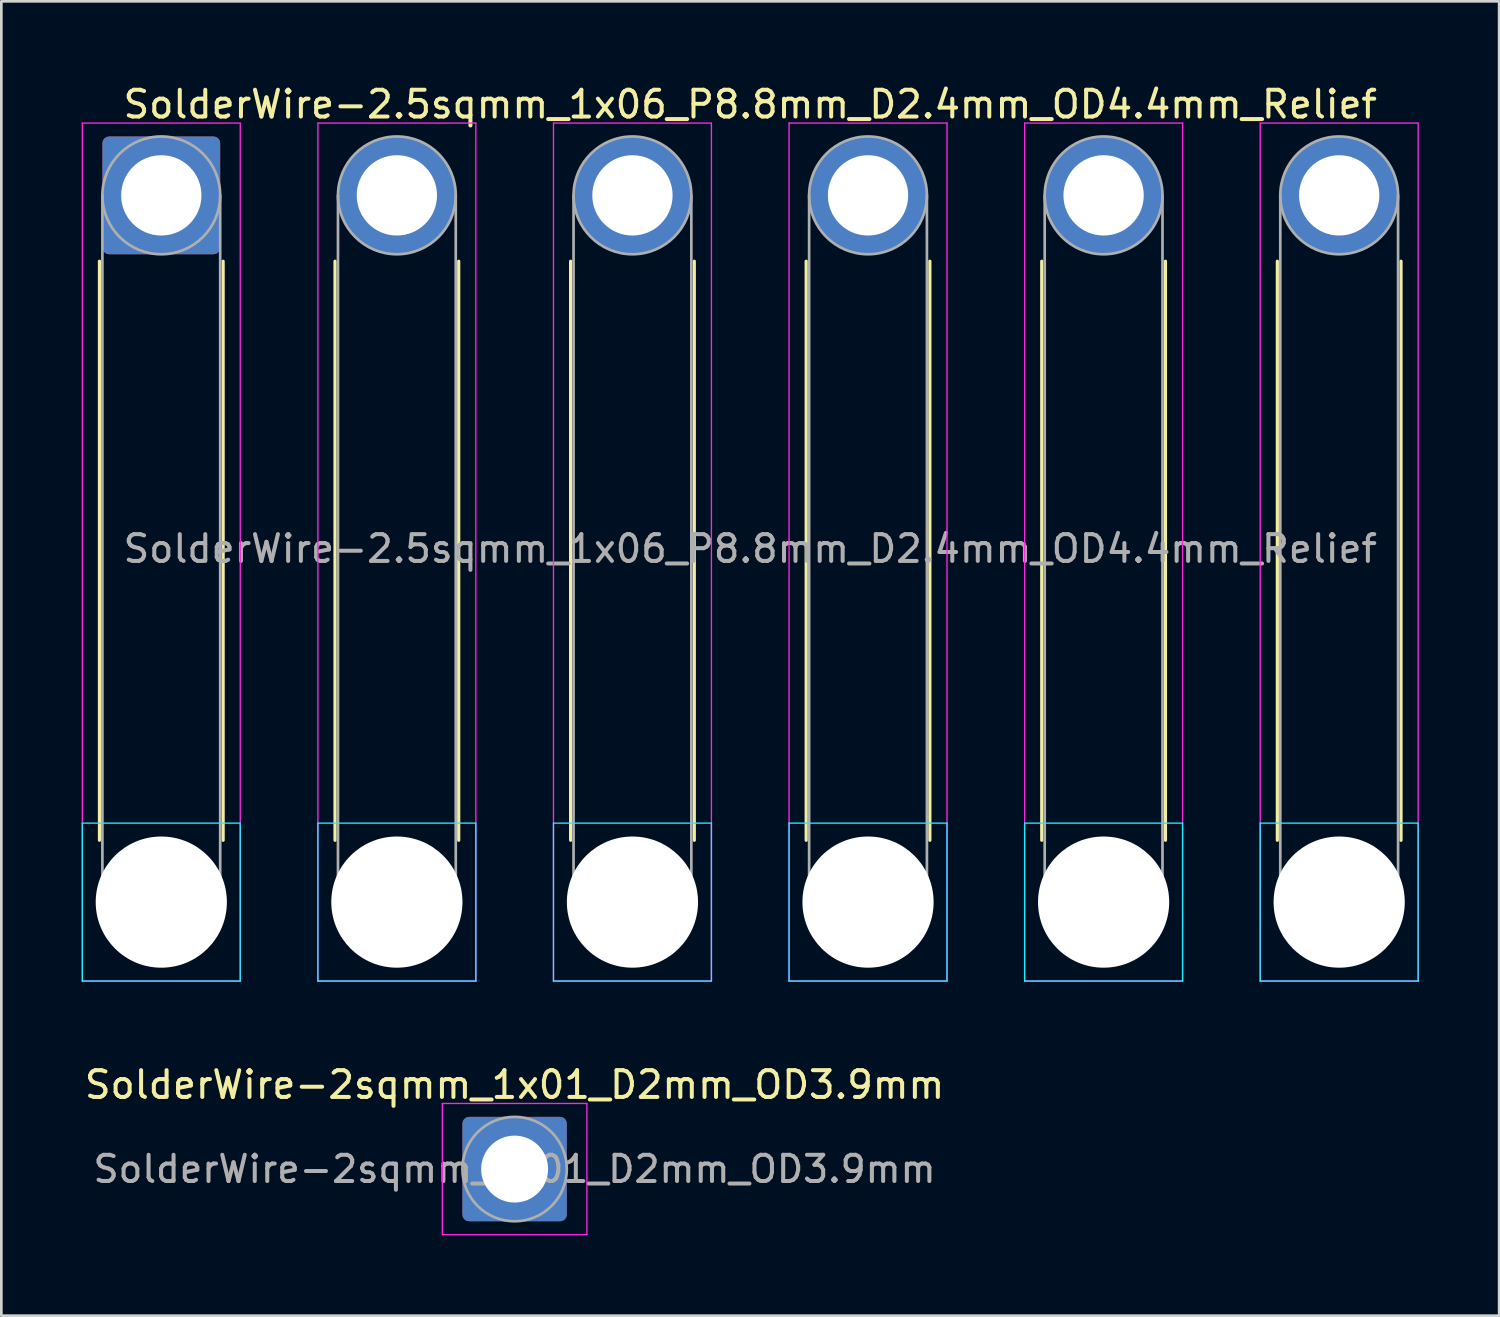
<source format=kicad_pcb>
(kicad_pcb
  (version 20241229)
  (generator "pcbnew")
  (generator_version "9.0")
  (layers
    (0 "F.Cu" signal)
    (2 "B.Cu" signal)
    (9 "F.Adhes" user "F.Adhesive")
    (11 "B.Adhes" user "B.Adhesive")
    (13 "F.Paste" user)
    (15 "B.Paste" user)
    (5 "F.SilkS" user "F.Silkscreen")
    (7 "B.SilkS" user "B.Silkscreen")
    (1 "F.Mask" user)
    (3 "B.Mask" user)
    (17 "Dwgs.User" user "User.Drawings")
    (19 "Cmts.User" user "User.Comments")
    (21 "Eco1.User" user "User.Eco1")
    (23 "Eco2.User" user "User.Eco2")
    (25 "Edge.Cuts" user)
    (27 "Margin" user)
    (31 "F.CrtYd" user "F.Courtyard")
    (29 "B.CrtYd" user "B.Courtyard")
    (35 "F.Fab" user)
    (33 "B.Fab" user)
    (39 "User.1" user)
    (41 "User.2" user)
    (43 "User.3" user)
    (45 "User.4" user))
  (footprint "SolderWire-2.5sqmm_1x06_P8.8mm_D2.4mm_OD4.4mm_Relief"
    (layer "F.Cu")
    (at 2.975 4.248)
    (property "Reference" "SolderWire-2.5sqmm_1x06_P8.8mm_D2.4mm_OD4.4mm_Relief" (at 22 -3.4 0) (layer "F.SilkS") (effects (font (size 1 1) (thickness 0.15))))
    (attr exclude_from_pos_files exclude_from_bom)
    (fp_line (start -2.31 2.46) (end -2.31 24.09) (stroke (width 0.12) (type solid)) (layer "F.SilkS"))
    (fp_line (start 2.31 2.46) (end 2.31 24.09) (stroke (width 0.12) (type solid)) (layer "F.SilkS"))
    (fp_line (start 6.49 2.46) (end 6.49 24.09) (stroke (width 0.12) (type solid)) (layer "F.SilkS"))
    (fp_line (start 11.11 2.46) (end 11.11 24.09) (stroke (width 0.12) (type solid)) (layer "F.SilkS"))
    (fp_line (start 15.29 2.46) (end 15.29 24.09) (stroke (width 0.12) (type solid)) (layer "F.SilkS"))
    (fp_line (start 19.91 2.46) (end 19.91 24.09) (stroke (width 0.12) (type solid)) (layer "F.SilkS"))
    (fp_line (start 24.09 2.46) (end 24.09 24.09) (stroke (width 0.12) (type solid)) (layer "F.SilkS"))
    (fp_line (start 28.71 2.46) (end 28.71 24.09) (stroke (width 0.12) (type solid)) (layer "F.SilkS"))
    (fp_line (start 32.89 2.46) (end 32.89 24.09) (stroke (width 0.12) (type solid)) (layer "F.SilkS"))
    (fp_line (start 37.51 2.46) (end 37.51 24.09) (stroke (width 0.12) (type solid)) (layer "F.SilkS"))
    (fp_line (start 41.69 2.46) (end 41.69 24.09) (stroke (width 0.12) (type solid)) (layer "F.SilkS"))
    (fp_line (start 46.31 2.46) (end 46.31 24.09) (stroke (width 0.12) (type solid)) (layer "F.SilkS"))
    (fp_line (start -2.95 23.45) (end -2.95 29.35) (stroke (width 0.05) (type solid)) (layer "B.CrtYd"))
    (fp_line (start -2.95 29.35) (end 2.95 29.35) (stroke (width 0.05) (type solid)) (layer "B.CrtYd"))
    (fp_line (start 2.95 23.45) (end -2.95 23.45) (stroke (width 0.05) (type solid)) (layer "B.CrtYd"))
    (fp_line (start 2.95 29.35) (end 2.95 23.45) (stroke (width 0.05) (type solid)) (layer "B.CrtYd"))
    (fp_line (start 5.85 23.45) (end 5.85 29.35) (stroke (width 0.05) (type solid)) (layer "B.CrtYd"))
    (fp_line (start 5.85 29.35) (end 11.75 29.35) (stroke (width 0.05) (type solid)) (layer "B.CrtYd"))
    (fp_line (start 11.75 23.45) (end 5.85 23.45) (stroke (width 0.05) (type solid)) (layer "B.CrtYd"))
    (fp_line (start 11.75 29.35) (end 11.75 23.45) (stroke (width 0.05) (type solid)) (layer "B.CrtYd"))
    (fp_line (start 14.65 23.45) (end 14.65 29.35) (stroke (width 0.05) (type solid)) (layer "B.CrtYd"))
    (fp_line (start 14.65 29.35) (end 20.55 29.35) (stroke (width 0.05) (type solid)) (layer "B.CrtYd"))
    (fp_line (start 20.55 23.45) (end 14.65 23.45) (stroke (width 0.05) (type solid)) (layer "B.CrtYd"))
    (fp_line (start 20.55 29.35) (end 20.55 23.45) (stroke (width 0.05) (type solid)) (layer "B.CrtYd"))
    (fp_line (start 23.45 23.45) (end 23.45 29.35) (stroke (width 0.05) (type solid)) (layer "B.CrtYd"))
    (fp_line (start 23.45 29.35) (end 29.35 29.35) (stroke (width 0.05) (type solid)) (layer "B.CrtYd"))
    (fp_line (start 29.35 23.45) (end 23.45 23.45) (stroke (width 0.05) (type solid)) (layer "B.CrtYd"))
    (fp_line (start 29.35 29.35) (end 29.35 23.45) (stroke (width 0.05) (type solid)) (layer "B.CrtYd"))
    (fp_line (start 32.25 23.45) (end 32.25 29.35) (stroke (width 0.05) (type solid)) (layer "B.CrtYd"))
    (fp_line (start 32.25 29.35) (end 38.15 29.35) (stroke (width 0.05) (type solid)) (layer "B.CrtYd"))
    (fp_line (start 38.15 23.45) (end 32.25 23.45) (stroke (width 0.05) (type solid)) (layer "B.CrtYd"))
    (fp_line (start 38.15 29.35) (end 38.15 23.45) (stroke (width 0.05) (type solid)) (layer "B.CrtYd"))
    (fp_line (start 41.05 23.45) (end 41.05 29.35) (stroke (width 0.05) (type solid)) (layer "B.CrtYd"))
    (fp_line (start 41.05 29.35) (end 46.95 29.35) (stroke (width 0.05) (type solid)) (layer "B.CrtYd"))
    (fp_line (start 46.95 23.45) (end 41.05 23.45) (stroke (width 0.05) (type solid)) (layer "B.CrtYd"))
    (fp_line (start 46.95 29.35) (end 46.95 23.45) (stroke (width 0.05) (type solid)) (layer "B.CrtYd"))
    (fp_line (start -2.95 -2.7) (end -2.95 29.35) (stroke (width 0.05) (type solid)) (layer "F.CrtYd"))
    (fp_line (start -2.95 29.35) (end 2.95 29.35) (stroke (width 0.05) (type solid)) (layer "F.CrtYd"))
    (fp_line (start 2.95 -2.7) (end -2.95 -2.7) (stroke (width 0.05) (type solid)) (layer "F.CrtYd"))
    (fp_line (start 2.95 29.35) (end 2.95 -2.7) (stroke (width 0.05) (type solid)) (layer "F.CrtYd"))
    (fp_line (start 5.85 -2.7) (end 5.85 29.35) (stroke (width 0.05) (type solid)) (layer "F.CrtYd"))
    (fp_line (start 5.85 29.35) (end 11.75 29.35) (stroke (width 0.05) (type solid)) (layer "F.CrtYd"))
    (fp_line (start 11.75 -2.7) (end 5.85 -2.7) (stroke (width 0.05) (type solid)) (layer "F.CrtYd"))
    (fp_line (start 11.75 29.35) (end 11.75 -2.7) (stroke (width 0.05) (type solid)) (layer "F.CrtYd"))
    (fp_line (start 14.65 -2.7) (end 14.65 29.35) (stroke (width 0.05) (type solid)) (layer "F.CrtYd"))
    (fp_line (start 14.65 29.35) (end 20.55 29.35) (stroke (width 0.05) (type solid)) (layer "F.CrtYd"))
    (fp_line (start 20.55 -2.7) (end 14.65 -2.7) (stroke (width 0.05) (type solid)) (layer "F.CrtYd"))
    (fp_line (start 20.55 29.35) (end 20.55 -2.7) (stroke (width 0.05) (type solid)) (layer "F.CrtYd"))
    (fp_line (start 23.45 -2.7) (end 23.45 29.35) (stroke (width 0.05) (type solid)) (layer "F.CrtYd"))
    (fp_line (start 23.45 29.35) (end 29.35 29.35) (stroke (width 0.05) (type solid)) (layer "F.CrtYd"))
    (fp_line (start 29.35 -2.7) (end 23.45 -2.7) (stroke (width 0.05) (type solid)) (layer "F.CrtYd"))
    (fp_line (start 29.35 29.35) (end 29.35 -2.7) (stroke (width 0.05) (type solid)) (layer "F.CrtYd"))
    (fp_line (start 32.25 -2.7) (end 32.25 29.35) (stroke (width 0.05) (type solid)) (layer "F.CrtYd"))
    (fp_line (start 32.25 29.35) (end 38.15 29.35) (stroke (width 0.05) (type solid)) (layer "F.CrtYd"))
    (fp_line (start 38.15 -2.7) (end 32.25 -2.7) (stroke (width 0.05) (type solid)) (layer "F.CrtYd"))
    (fp_line (start 38.15 29.35) (end 38.15 -2.7) (stroke (width 0.05) (type solid)) (layer "F.CrtYd"))
    (fp_line (start 41.05 -2.7) (end 41.05 29.35) (stroke (width 0.05) (type solid)) (layer "F.CrtYd"))
    (fp_line (start 41.05 29.35) (end 46.95 29.35) (stroke (width 0.05) (type solid)) (layer "F.CrtYd"))
    (fp_line (start 46.95 -2.7) (end 41.05 -2.7) (stroke (width 0.05) (type solid)) (layer "F.CrtYd"))
    (fp_line (start 46.95 29.35) (end 46.95 -2.7) (stroke (width 0.05) (type solid)) (layer "F.CrtYd"))
    (fp_line (start -2.2 0) (end -2.2 26.4) (stroke (width 0.1) (type solid)) (layer "F.Fab"))
    (fp_line (start 2.2 0) (end 2.2 26.4) (stroke (width 0.1) (type solid)) (layer "F.Fab"))
    (fp_line (start 6.6 0) (end 6.6 26.4) (stroke (width 0.1) (type solid)) (layer "F.Fab"))
    (fp_line (start 11 0) (end 11 26.4) (stroke (width 0.1) (type solid)) (layer "F.Fab"))
    (fp_line (start 15.4 0) (end 15.4 26.4) (stroke (width 0.1) (type solid)) (layer "F.Fab"))
    (fp_line (start 19.8 0) (end 19.8 26.4) (stroke (width 0.1) (type solid)) (layer "F.Fab"))
    (fp_line (start 24.2 0) (end 24.2 26.4) (stroke (width 0.1) (type solid)) (layer "F.Fab"))
    (fp_line (start 28.6 0) (end 28.6 26.4) (stroke (width 0.1) (type solid)) (layer "F.Fab"))
    (fp_line (start 33 0) (end 33 26.4) (stroke (width 0.1) (type solid)) (layer "F.Fab"))
    (fp_line (start 37.4 0) (end 37.4 26.4) (stroke (width 0.1) (type solid)) (layer "F.Fab"))
    (fp_line (start 41.8 0) (end 41.8 26.4) (stroke (width 0.1) (type solid)) (layer "F.Fab"))
    (fp_line (start 46.2 0) (end 46.2 26.4) (stroke (width 0.1) (type solid)) (layer "F.Fab"))
    (fp_circle (center 0 0) (end 2.2 0) (stroke (width 0.1) (type solid)) (fill no) (layer "F.Fab"))
    (fp_circle (center 0 26.4) (end 2.2 26.4) (stroke (width 0.1) (type solid)) (fill no) (layer "F.Fab"))
    (fp_circle (center 8.8 0) (end 11 0) (stroke (width 0.1) (type solid)) (fill no) (layer "F.Fab"))
    (fp_circle (center 8.8 26.4) (end 11 26.4) (stroke (width 0.1) (type solid)) (fill no) (layer "F.Fab"))
    (fp_circle (center 17.6 0) (end 19.8 0) (stroke (width 0.1) (type solid)) (fill no) (layer "F.Fab"))
    (fp_circle (center 17.6 26.4) (end 19.8 26.4) (stroke (width 0.1) (type solid)) (fill no) (layer "F.Fab"))
    (fp_circle (center 26.4 0) (end 28.6 0) (stroke (width 0.1) (type solid)) (fill no) (layer "F.Fab"))
    (fp_circle (center 26.4 26.4) (end 28.6 26.4) (stroke (width 0.1) (type solid)) (fill no) (layer "F.Fab"))
    (fp_circle (center 35.2 0) (end 37.4 0) (stroke (width 0.1) (type solid)) (fill no) (layer "F.Fab"))
    (fp_circle (center 35.2 26.4) (end 37.4 26.4) (stroke (width 0.1) (type solid)) (fill no) (layer "F.Fab"))
    (fp_circle (center 44 0) (end 46.2 0) (stroke (width 0.1) (type solid)) (fill no) (layer "F.Fab"))
    (fp_circle (center 44 26.4) (end 46.2 26.4) (stroke (width 0.1) (type solid)) (fill no) (layer "F.Fab"))
    (fp_text user "${REFERENCE}" (at 22 13.2 0) (layer "F.Fab") (effects (font (size 1 1) (thickness 0.15))))
    (pad "" np_thru_hole circle (at 0 26.4) (size 4.9 4.9) (drill 4.9) (layers "*.Cu" "*.Mask"))
    (pad "" np_thru_hole circle (at 8.8 26.4) (size 4.9 4.9) (drill 4.9) (layers "*.Cu" "*.Mask"))
    (pad "" np_thru_hole circle (at 17.6 26.4) (size 4.9 4.9) (drill 4.9) (layers "*.Cu" "*.Mask"))
    (pad "" np_thru_hole circle (at 26.4 26.4) (size 4.9 4.9) (drill 4.9) (layers "*.Cu" "*.Mask"))
    (pad "" np_thru_hole circle (at 35.2 26.4) (size 4.9 4.9) (drill 4.9) (layers "*.Cu" "*.Mask"))
    (pad "" np_thru_hole circle (at 44 26.4) (size 4.9 4.9) (drill 4.9) (layers "*.Cu" "*.Mask"))
    (pad "1" thru_hole roundrect (at 0 0) (size 4.4 4.4) (drill 3) (layers "*.Cu" "*.Mask") (roundrect_rratio 0.057))
    (pad "2" thru_hole circle (at 8.8 0) (size 4.4 4.4) (drill 3) (layers "*.Cu" "*.Mask"))
    (pad "3" thru_hole circle (at 17.6 0) (size 4.4 4.4) (drill 3) (layers "*.Cu" "*.Mask"))
    (pad "4" thru_hole circle (at 26.4 0) (size 4.4 4.4) (drill 3) (layers "*.Cu" "*.Mask"))
    (pad "5" thru_hole circle (at 35.2 0) (size 4.4 4.4) (drill 3) (layers "*.Cu" "*.Mask"))
    (pad "6" thru_hole circle (at 44 0) (size 4.4 4.4) (drill 3) (layers "*.Cu" "*.Mask")))
  (footprint "SolderWire-2sqmm_1x01_D2mm_OD3.9mm"
    (layer "F.Cu")
    (at 16.173 40.621)
    (property "Reference" "SolderWire-2sqmm_1x01_D2mm_OD3.9mm" (at 0 -3.15 0) (layer "F.SilkS") (effects (font (size 1 1) (thickness 0.15))))
    (attr exclude_from_pos_files exclude_from_bom)
    (fp_line (start -2.7 -2.45) (end -2.7 2.45) (stroke (width 0.05) (type solid)) (layer "F.CrtYd"))
    (fp_line (start -2.7 2.45) (end 2.7 2.45) (stroke (width 0.05) (type solid)) (layer "F.CrtYd"))
    (fp_line (start 2.7 -2.45) (end -2.7 -2.45) (stroke (width 0.05) (type solid)) (layer "F.CrtYd"))
    (fp_line (start 2.7 2.45) (end 2.7 -2.45) (stroke (width 0.05) (type solid)) (layer "F.CrtYd"))
    (fp_circle (center 0 0) (end 1.95 0) (stroke (width 0.1) (type solid)) (fill no) (layer "F.Fab"))
    (fp_text user "${REFERENCE}" (at 0 0 0) (layer "F.Fab") (effects (font (size 0.98 0.98) (thickness 0.15))))
    (pad "1" thru_hole roundrect (at 0 0) (size 3.9 3.9) (drill 2.5) (layers "*.Cu" "*.Mask") (roundrect_rratio 0.064)))
  (gr_rect
    (start -3 -3)
    (end 52.95 46.096)
    (stroke (width 0.1) (type default))
    (fill no)
    (layer "Edge.Cuts")))
</source>
